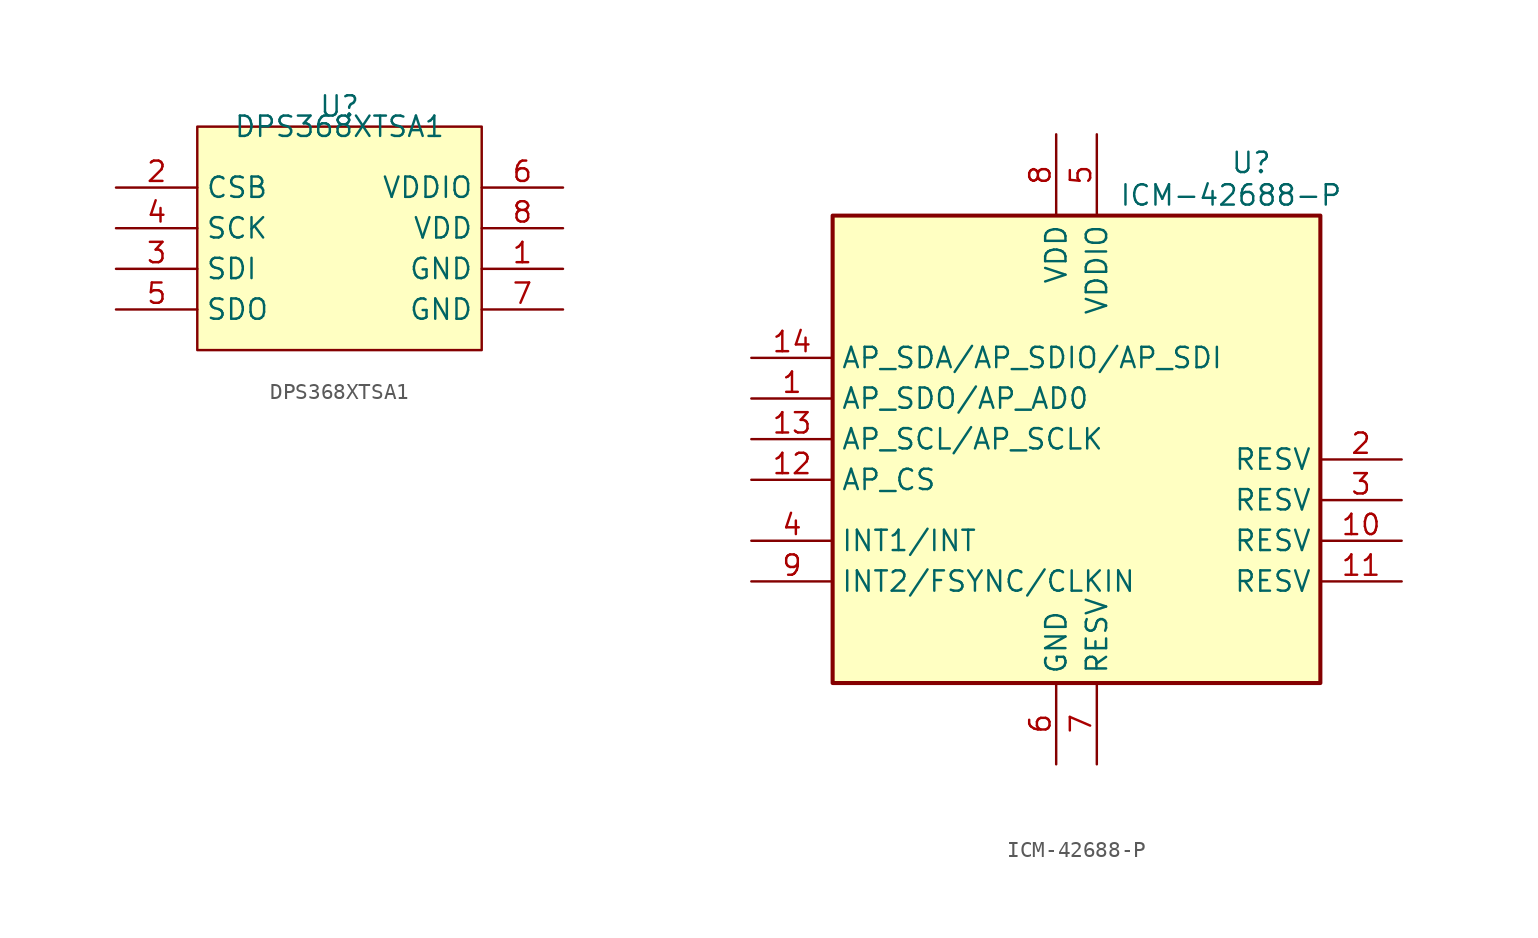
<source format=kicad_sym>
(kicad_symbol_lib
  (version 20231120)
  (generator "kicad_symbol_editor")
  (generator_version "8.0")
  (symbol "DPS368XTSA1"
    (property "Reference" "U"
      (at 0 8.89 0)
      (effects (font (size 1.27 1.27))))
    (property "Value" "DPS368XTSA1"
      (at 0 7.62 0)
      (effects (font (size 1.27 1.27))))
    (symbol "DPS368XTSA1_1_1"
      (rectangle (start -8.89 7.62) (end 8.89 -6.35) (stroke (width 0) (type default)) (fill (type background)))
      (pin power_in line (at 13.97 -1.27 180) (length 5.08) (name "GND" (effects (font (size 1.27 1.27)))) (number "1" (effects (font (size 1.27 1.27)))))
      (pin unspecified line (at -13.97 3.81 0) (length 5.08) (name "CSB" (effects (font (size 1.27 1.27)))) (number "2" (effects (font (size 1.27 1.27)))))
      (pin unspecified line (at -13.97 -1.27 0) (length 5.08) (name "SDI" (effects (font (size 1.27 1.27)))) (number "3" (effects (font (size 1.27 1.27)))))
      (pin input line (at -13.97 1.27 0) (length 5.08) (name "SCK" (effects (font (size 1.27 1.27)))) (number "4" (effects (font (size 1.27 1.27)))))
      (pin unspecified line (at -13.97 -3.81 0) (length 5.08) (name "SDO" (effects (font (size 1.27 1.27)))) (number "5" (effects (font (size 1.27 1.27)))))
      (pin power_in line (at 13.97 3.81 180) (length 5.08) (name "VDDIO" (effects (font (size 1.27 1.27)))) (number "6" (effects (font (size 1.27 1.27)))))
      (pin power_in line (at 13.97 -3.81 180) (length 5.08) (name "GND" (effects (font (size 1.27 1.27)))) (number "7" (effects (font (size 1.27 1.27)))))
      (pin power_in line (at 13.97 1.27 180) (length 5.08) (name "VDD" (effects (font (size 1.27 1.27)))) (number "8" (effects (font (size 1.27 1.27)))))))
  (symbol "ICM-42688-P"
    (property "Reference" "U"
      (at 10.922 5.842 0)
      (effects (font (size 1.27 1.27))))
    (property "Value" "ICM-42688-P"
      (at 9.652 3.81 0)
      (effects (font (size 1.27 1.27))))
    (symbol "ICM-42688-P_0_1"
      (rectangle (start -15.24 2.54) (end 15.24 -26.67) (stroke (width 0.254) (type default)) (fill (type background))))
    (symbol "ICM-42688-P_1_1"
      (pin output line (at -20.32 -8.89 0) (length 5.08) (name "AP_SDO/AP_AD0" (effects (font (size 1.27 1.27)))) (number "1" (effects (font (size 1.27 1.27)))))
      (pin unspecified line (at 20.32 -17.78 180) (length 5.08) (name "RESV" (effects (font (size 1.27 1.27)))) (number "10" (effects (font (size 1.27 1.27)))))
      (pin unspecified line (at 20.32 -20.32 180) (length 5.08) (name "RESV" (effects (font (size 1.27 1.27)))) (number "11" (effects (font (size 1.27 1.27)))))
      (pin input line (at -20.32 -13.97 0) (length 5.08) (name "AP_CS" (effects (font (size 1.27 1.27)))) (number "12" (effects (font (size 1.27 1.27)))))
      (pin input line (at -20.32 -11.43 0) (length 5.08) (name "AP_SCL/AP_SCLK" (effects (font (size 1.27 1.27)))) (number "13" (effects (font (size 1.27 1.27)))))
      (pin bidirectional line (at -20.32 -6.35 0) (length 5.08) (name "AP_SDA/AP_SDIO/AP_SDI" (effects (font (size 1.27 1.27)))) (number "14" (effects (font (size 1.27 1.27)))))
      (pin unspecified line (at 20.32 -12.7 180) (length 5.08) (name "RESV" (effects (font (size 1.27 1.27)))) (number "2" (effects (font (size 1.27 1.27)))))
      (pin unspecified line (at 20.32 -15.24 180) (length 5.08) (name "RESV" (effects (font (size 1.27 1.27)))) (number "3" (effects (font (size 1.27 1.27)))))
      (pin output line (at -20.32 -17.78 0) (length 5.08) (name "INT1/INT" (effects (font (size 1.27 1.27)))) (number "4" (effects (font (size 1.27 1.27)))))
      (pin power_in line (at 1.27 7.62 270) (length 5.08) (name "VDDIO" (effects (font (size 1.27 1.27)))) (number "5" (effects (font (size 1.27 1.27)))))
      (pin power_in line (at -1.27 -31.75 90) (length 5.08) (name "GND" (effects (font (size 1.27 1.27)))) (number "6" (effects (font (size 1.27 1.27)))))
      (pin power_in line (at 1.27 -31.75 90) (length 5.08) (name "RESV" (effects (font (size 1.27 1.27)))) (number "7" (effects (font (size 1.27 1.27)))))
      (pin power_in line (at -1.27 7.62 270) (length 5.08) (name "VDD" (effects (font (size 1.27 1.27)))) (number "8" (effects (font (size 1.27 1.27)))))
      (pin passive line (at -20.32 -20.32 0) (length 5.08) (name "INT2/FSYNC/CLKIN" (effects (font (size 1.27 1.27)))) (number "9" (effects (font (size 1.27 1.27))))))))
</source>
